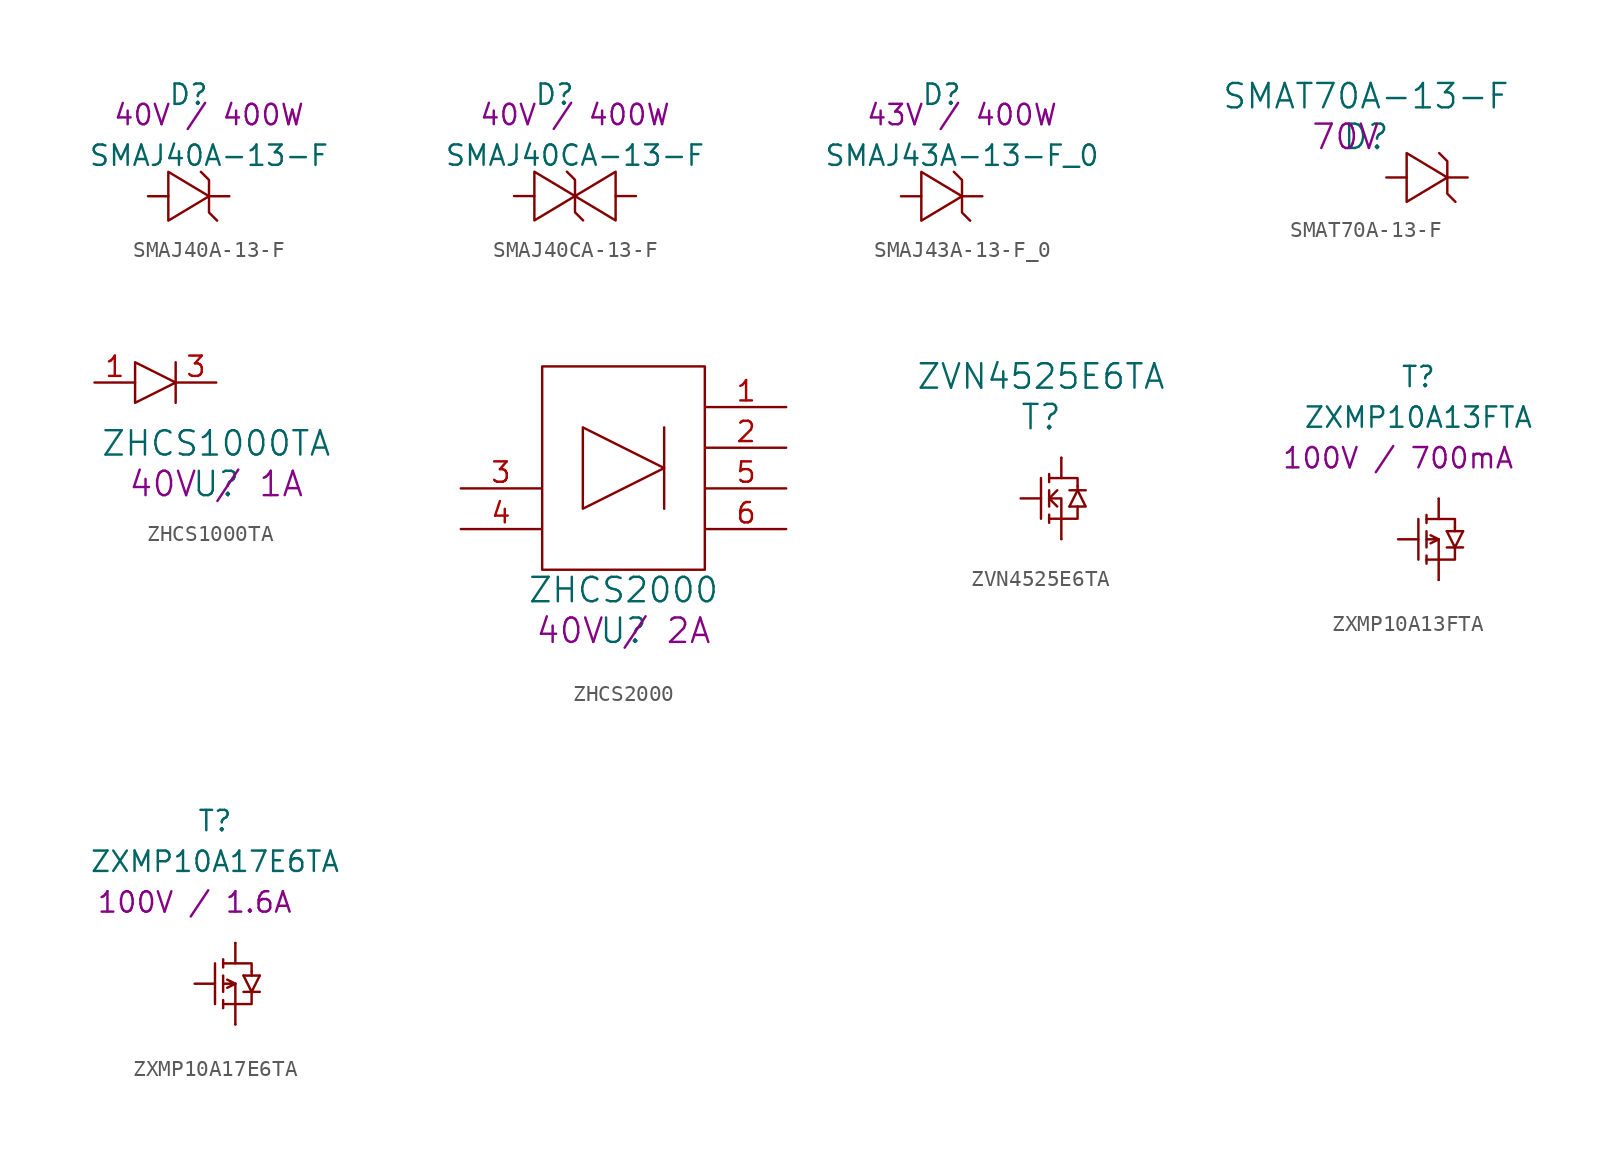
<source format=kicad_sym>
(kicad_symbol_lib
  (version 20220914)
  (generator kicad_symbol_editor)
  (symbol "SMAJ40A-13-F"
    (pin_numbers hide)
    (pin_names
      (offset 1.016) hide)
    (property "Reference" "D"
      (at 2.54 8.89 0)
      (effects (font (size 1.27 1.27))))
    (property "Value" "SMAJ40A-13-F"
      (at 3.81 5.08 0)
      (effects (font (size 1.27 1.27))))
    (property "Rating" "40V / 400W"
      (at 3.81 7.62 0)
      (effects (font (size 1.27 1.27))))
    (symbol "SMAJ40A-13-F_0_1"
      (polyline (pts (xy 3.302 4.064) (xy 3.81 3.556) (xy 3.81 1.524) (xy 4.318 1.016)) (stroke (width 0) (type solid)) (fill (type none)))
      (polyline (pts (xy 1.27 2.54) (xy 1.27 4.064) (xy 3.81 2.54) (xy 1.27 1.016) (xy 1.27 2.54)) (stroke (width 0) (type solid)) (fill (type none))))
    (symbol "SMAJ40A-13-F_1_1"
      (pin passive line (at 0 2.54 0) (length 1.27) (name "A" (effects (font (size 1.27 1.27)))) (number "A" (effects (font (size 1.27 1.27)))))
      (pin passive line (at 5.08 2.54 180) (length 1.27) (name "C" (effects (font (size 1.27 1.27)))) (number "C" (effects (font (size 1.27 1.27)))))))
  (symbol "SMAJ40CA-13-F"
    (pin_numbers hide)
    (pin_names
      (offset 1.016) hide)
    (property "Reference" "D"
      (at 2.54 8.89 0)
      (effects (font (size 1.27 1.27))))
    (property "Value" "SMAJ40CA-13-F"
      (at 3.81 5.08 0)
      (effects (font (size 1.27 1.27))))
    (property "Rating" "40V / 400W"
      (at 3.81 7.62 0)
      (effects (font (size 1.27 1.27))))
    (symbol "SMAJ40CA-13-F_0_1"
      (polyline (pts (xy 3.302 4.064) (xy 3.81 3.556) (xy 3.81 1.524) (xy 4.318 1.016)) (stroke (width 0) (type solid)) (fill (type none)))
      (polyline (pts (xy 1.27 2.54) (xy 1.27 4.064) (xy 3.81 2.54) (xy 1.27 1.016) (xy 1.27 2.54)) (stroke (width 0) (type solid)) (fill (type none)))
      (polyline (pts (xy 6.35 2.54) (xy 6.35 4.064) (xy 3.81 2.54) (xy 6.35 1.016) (xy 6.35 2.54)) (stroke (width 0) (type solid)) (fill (type none))))
    (symbol "SMAJ40CA-13-F_1_1"
      (pin passive line (at 0 2.54 0) (length 1.27) (name "A" (effects (font (size 1.27 1.27)))) (number "A" (effects (font (size 1.27 1.27)))))
      (pin passive line (at 7.62 2.54 180) (length 1.27) (name "C" (effects (font (size 1.27 1.27)))) (number "C" (effects (font (size 1.27 1.27)))))))
  (symbol "SMAJ43A-13-F_0"
    (pin_numbers hide)
    (pin_names
      (offset 1.016) hide)
    (property "Reference" "D"
      (at 2.54 8.89 0)
      (effects (font (size 1.27 1.27))))
    (property "Value" "SMAJ43A-13-F_0"
      (at 3.81 5.08 0)
      (effects (font (size 1.27 1.27))))
    (property "Rating" "43V / 400W"
      (at 3.81 7.62 0)
      (effects (font (size 1.27 1.27))))
    (symbol "SMAJ43A-13-F_0_0_1"
      (polyline (pts (xy 3.302 4.064) (xy 3.81 3.556) (xy 3.81 1.524) (xy 4.318 1.016)) (stroke (width 0) (type solid)) (fill (type none)))
      (polyline (pts (xy 1.27 2.54) (xy 1.27 4.064) (xy 3.81 2.54) (xy 1.27 1.016) (xy 1.27 2.54)) (stroke (width 0) (type solid)) (fill (type none))))
    (symbol "SMAJ43A-13-F_0_1_1"
      (pin passive line (at 0 2.54 0) (length 1.27) (name "A" (effects (font (size 1.27 1.27)))) (number "A" (effects (font (size 1.27 1.27)))))
      (pin passive line (at 5.08 2.54 180) (length 1.27) (name "C" (effects (font (size 1.27 1.27)))) (number "C" (effects (font (size 1.27 1.27)))))))
  (symbol "SMAT70A-13-F"
    (pin_numbers hide)
    (pin_names
      (offset 1.016) hide)
    (property "Reference" "D"
      (at -1.27 5.08 0)
      (effects (font (size 1.524 1.524))))
    (property "Value" "SMAT70A-13-F"
      (at -1.27 7.62 0)
      (effects (font (size 1.524 1.524))))
    (property "Voltage" "70V"
      (at -2.54 5.08 0)
      (effects (font (size 1.524 1.524))))
    (symbol "SMAT70A-13-F_0_1"
      (polyline (pts (xy 3.302 4.064) (xy 3.81 3.556) (xy 3.81 1.524) (xy 4.318 1.016)) (stroke (width 0) (type solid)) (fill (type none)))
      (polyline (pts (xy 1.27 2.54) (xy 1.27 4.064) (xy 3.81 2.54) (xy 1.27 1.016) (xy 1.27 2.54)) (stroke (width 0) (type solid)) (fill (type none))))
    (symbol "SMAT70A-13-F_1_1"
      (pin passive line (at 0 2.54 0) (length 1.27) (name "A" (effects (font (size 1.27 1.27)))) (number "A" (effects (font (size 1.27 1.27)))))
      (pin passive line (at 5.08 2.54 180) (length 1.27) (name "C" (effects (font (size 1.27 1.27)))) (number "C" (effects (font (size 1.27 1.27)))))))
  (symbol "ZHCS1000TA"
    (pin_names
      (offset 1.016) hide)
    (property "Reference" "U"
      (at 5.08 -3.81 0)
      (effects (font (size 1.524 1.524))))
    (property "Value" "ZHCS1000TA"
      (at 5.08 -1.27 0)
      (effects (font (size 1.524 1.524))))
    (property "Rating" "40V / 1A"
      (at 5.08 -3.81 0)
      (effects (font (size 1.524 1.524))))
    (symbol "ZHCS1000TA_0_1"
      (polyline (pts (xy 2.54 3.81) (xy 2.54 1.27)) (stroke (width 0) (type solid)) (fill (type none)))
      (polyline (pts (xy 0 1.27) (xy 0 3.81) (xy 2.54 2.54) (xy 0 1.27)) (stroke (width 0) (type solid)) (fill (type none))))
    (symbol "ZHCS1000TA_1_1"
      (pin passive line (at -2.54 2.54 0) (length 2.54) (name "A" (effects (font (size 1.27 1.27)))) (number "1" (effects (font (size 1.27 1.27)))))
      (pin passive line (at 5.08 2.54 180) (length 2.54) (name "C" (effects (font (size 1.27 1.27)))) (number "3" (effects (font (size 1.27 1.27)))))))
  (symbol "ZHCS2000"
    (pin_names
      (offset 1.016) hide)
    (property "Reference" "U"
      (at 5.08 -3.81 0)
      (effects (font (size 1.524 1.524))))
    (property "Value" "ZHCS2000"
      (at 5.08 -1.27 0)
      (effects (font (size 1.524 1.524))))
    (property "Rating" "40V / 2A"
      (at 5.08 -3.81 0)
      (effects (font (size 1.524 1.524))))
    (symbol "ZHCS2000_0_1"
      (polyline (pts (xy 7.62 8.89) (xy 7.62 3.81)) (stroke (width 0) (type solid)) (fill (type none)))
      (polyline (pts (xy 2.54 8.89) (xy 2.54 3.81) (xy 7.62 6.35) (xy 2.54 8.89)) (stroke (width 0) (type solid)) (fill (type none)))
      (rectangle (start 0 12.7) (end 10.16 0) (stroke (width 0) (type solid)) (fill (type none))))
    (symbol "ZHCS2000_1_1"
      (pin passive line (at 15.24 10.16 180) (length 5.004) (name "C" (effects (font (size 1.27 1.27)))) (number "1" (effects (font (size 1.27 1.27)))))
      (pin passive line (at 15.24 7.62 180) (length 5.004) (name "C" (effects (font (size 1.27 1.27)))) (number "2" (effects (font (size 1.27 1.27)))))
      (pin passive line (at -5.08 5.08 0) (length 5.004) (name "A" (effects (font (size 1.27 1.27)))) (number "3" (effects (font (size 1.27 1.27)))))
      (pin passive line (at -5.08 2.54 0) (length 5.004) (name "A" (effects (font (size 1.27 1.27)))) (number "4" (effects (font (size 1.27 1.27)))))
      (pin passive line (at 15.24 5.08 180) (length 5.004) (name "C" (effects (font (size 1.27 1.27)))) (number "5" (effects (font (size 1.27 1.27)))))
      (pin passive line (at 15.24 2.54 180) (length 5.004) (name "C" (effects (font (size 1.27 1.27)))) (number "6" (effects (font (size 1.27 1.27)))))))
  (symbol "ZVN4525E6TA"
    (pin_numbers hide)
    (pin_names
      (offset 1.016) hide)
    (property "Reference" "T"
      (at -1.27 5.08 0)
      (effects (font (size 1.524 1.524))))
    (property "Value" "ZVN4525E6TA"
      (at -1.27 7.62 0)
      (effects (font (size 1.524 1.524))))
    (symbol "ZVN4525E6TA_0_1"
      (polyline (pts (xy -1.27 1.27) (xy -1.27 -1.27)) (stroke (width 0) (type solid)) (fill (type none)))
      (polyline (pts (xy -0.762 -1.016) (xy -0.762 -1.524)) (stroke (width 0) (type solid)) (fill (type none)))
      (polyline (pts (xy -0.762 0) (xy -0.254 -0.508)) (stroke (width 0) (type solid)) (fill (type none)))
      (polyline (pts (xy -0.762 0) (xy -0.254 0.508)) (stroke (width 0) (type solid)) (fill (type none)))
      (polyline (pts (xy -0.762 0.508) (xy -0.762 -0.508)) (stroke (width 0) (type solid)) (fill (type none)))
      (polyline (pts (xy -0.762 1.524) (xy -0.762 1.016)) (stroke (width 0) (type solid)) (fill (type none)))
      (polyline (pts (xy 0 -1.27) (xy 0 -2.54)) (stroke (width 0) (type solid)) (fill (type none)))
      (polyline (pts (xy 0 1.27) (xy 0 2.54)) (stroke (width 0) (type solid)) (fill (type none)))
      (polyline (pts (xy 0.508 -0.508) (xy 1.016 0.508)) (stroke (width 0) (type solid)) (fill (type none)))
      (polyline (pts (xy 0.508 0.508) (xy 1.524 0.508)) (stroke (width 0) (type solid)) (fill (type none)))
      (polyline (pts (xy 1.016 0.508) (xy 1.016 0.762)) (stroke (width 0) (type solid)) (fill (type none)))
      (polyline (pts (xy -0.762 -1.27) (xy 1.016 -1.27) (xy 1.016 -0.508)) (stroke (width 0) (type solid)) (fill (type none)))
      (polyline (pts (xy -0.762 0) (xy 0 0) (xy 0 -1.27)) (stroke (width 0) (type solid)) (fill (type none)))
      (polyline (pts (xy -0.762 1.27) (xy 1.016 1.27) (xy 1.016 0.762)) (stroke (width 0) (type solid)) (fill (type none)))
      (polyline (pts (xy 0.508 -0.508) (xy 1.524 -0.508) (xy 1.016 0.508)) (stroke (width 0) (type solid)) (fill (type none))))
    (symbol "ZVN4525E6TA_1_1"
      (pin input line (at 0 2.54 0) (length 0) (name "D" (effects (font (size 1.27 1.27)))) (number "D" (effects (font (size 1.27 1.27)))))
      (pin input line (at -2.54 0 0) (length 1.27) (name "G" (effects (font (size 1.27 1.27)))) (number "G" (effects (font (size 1.27 1.27)))))
      (pin passive line (at 0 -2.54 0) (length 0) (name "S" (effects (font (size 1.27 1.27)))) (number "S" (effects (font (size 1.27 1.27)))))))
  (symbol "ZXMP10A13FTA"
    (pin_numbers hide)
    (pin_names
      (offset 1.016) hide)
    (property "Reference" "T"
      (at -1.27 10.16 0)
      (effects (font (size 1.27 1.27))))
    (property "Value" "ZXMP10A13FTA"
      (at -1.27 7.62 0)
      (effects (font (size 1.27 1.27))))
    (property "Rating" "100V / 700mA"
      (at -2.54 5.08 0)
      (effects (font (size 1.27 1.27))))
    (symbol "ZXMP10A13FTA_0_1"
      (polyline (pts (xy -1.27 1.27) (xy -1.27 -1.27)) (stroke (width 0) (type solid)) (fill (type none)))
      (polyline (pts (xy -0.762 -1.016) (xy -0.762 -1.524)) (stroke (width 0) (type solid)) (fill (type none)))
      (polyline (pts (xy -0.762 0.508) (xy -0.762 -0.508)) (stroke (width 0) (type solid)) (fill (type none)))
      (polyline (pts (xy -0.762 1.524) (xy -0.762 1.016)) (stroke (width 0) (type solid)) (fill (type none)))
      (polyline (pts (xy -0.508 -0.254) (xy 0 0)) (stroke (width 0) (type solid)) (fill (type none)))
      (polyline (pts (xy 0 -1.27) (xy 0 -2.54)) (stroke (width 0) (type solid)) (fill (type none)))
      (polyline (pts (xy 0 0) (xy 0 -1.27)) (stroke (width 0) (type solid)) (fill (type none)))
      (polyline (pts (xy 0 1.27) (xy 0 2.54)) (stroke (width 0) (type solid)) (fill (type none)))
      (polyline (pts (xy 0.508 -0.508) (xy 1.524 -0.508)) (stroke (width 0) (type solid)) (fill (type none)))
      (polyline (pts (xy 0.508 0.508) (xy 1.016 -0.508)) (stroke (width 0) (type solid)) (fill (type none)))
      (polyline (pts (xy 0.508 0.508) (xy 1.524 0.508)) (stroke (width 0) (type solid)) (fill (type none)))
      (polyline (pts (xy 1.016 0.508) (xy 1.016 0.762)) (stroke (width 0) (type solid)) (fill (type none)))
      (polyline (pts (xy 1.524 0.508) (xy 1.016 -0.508)) (stroke (width 0) (type solid)) (fill (type none)))
      (polyline (pts (xy -0.762 -1.27) (xy 1.016 -1.27) (xy 1.016 -0.508)) (stroke (width 0) (type solid)) (fill (type none)))
      (polyline (pts (xy -0.762 0) (xy 0 0) (xy -0.508 0.254)) (stroke (width 0) (type solid)) (fill (type none)))
      (polyline (pts (xy -0.762 1.27) (xy 1.016 1.27) (xy 1.016 0.762)) (stroke (width 0) (type solid)) (fill (type none))))
    (symbol "ZXMP10A13FTA_1_1"
      (pin input line (at -2.54 0 0) (length 1.27) (name "G" (effects (font (size 1.27 1.27)))) (number "1" (effects (font (size 1.27 1.27)))))
      (pin passive line (at 0 -2.54 0) (length 0) (name "S" (effects (font (size 1.27 1.27)))) (number "2" (effects (font (size 1.27 1.27)))))
      (pin passive line (at 0 2.54 0) (length 0) (name "D" (effects (font (size 1.27 1.27)))) (number "3" (effects (font (size 1.27 1.27)))))))
  (symbol "ZXMP10A17E6TA"
    (pin_numbers hide)
    (pin_names
      (offset 1.016) hide)
    (property "Reference" "T"
      (at -1.27 10.16 0)
      (effects (font (size 1.27 1.27))))
    (property "Value" "ZXMP10A17E6TA"
      (at -1.27 7.62 0)
      (effects (font (size 1.27 1.27))))
    (property "Rating" "100V / 1.6A"
      (at -2.54 5.08 0)
      (effects (font (size 1.27 1.27))))
    (symbol "ZXMP10A17E6TA_0_1"
      (polyline (pts (xy -1.27 1.27) (xy -1.27 -1.27)) (stroke (width 0) (type solid)) (fill (type none)))
      (polyline (pts (xy -0.762 -1.016) (xy -0.762 -1.524)) (stroke (width 0) (type solid)) (fill (type none)))
      (polyline (pts (xy -0.762 0.508) (xy -0.762 -0.508)) (stroke (width 0) (type solid)) (fill (type none)))
      (polyline (pts (xy -0.762 1.524) (xy -0.762 1.016)) (stroke (width 0) (type solid)) (fill (type none)))
      (polyline (pts (xy -0.508 -0.254) (xy 0 0)) (stroke (width 0) (type solid)) (fill (type none)))
      (polyline (pts (xy 0 -1.27) (xy 0 -2.54)) (stroke (width 0) (type solid)) (fill (type none)))
      (polyline (pts (xy 0 0) (xy 0 -1.27)) (stroke (width 0) (type solid)) (fill (type none)))
      (polyline (pts (xy 0 1.27) (xy 0 2.54)) (stroke (width 0) (type solid)) (fill (type none)))
      (polyline (pts (xy 0.508 -0.508) (xy 1.524 -0.508)) (stroke (width 0) (type solid)) (fill (type none)))
      (polyline (pts (xy 0.508 0.508) (xy 1.016 -0.508)) (stroke (width 0) (type solid)) (fill (type none)))
      (polyline (pts (xy 0.508 0.508) (xy 1.524 0.508)) (stroke (width 0) (type solid)) (fill (type none)))
      (polyline (pts (xy 1.016 0.508) (xy 1.016 0.762)) (stroke (width 0) (type solid)) (fill (type none)))
      (polyline (pts (xy 1.524 0.508) (xy 1.016 -0.508)) (stroke (width 0) (type solid)) (fill (type none)))
      (polyline (pts (xy -0.762 -1.27) (xy 1.016 -1.27) (xy 1.016 -0.508)) (stroke (width 0) (type solid)) (fill (type none)))
      (polyline (pts (xy -0.762 0) (xy 0 0) (xy -0.508 0.254)) (stroke (width 0) (type solid)) (fill (type none)))
      (polyline (pts (xy -0.762 1.27) (xy 1.016 1.27) (xy 1.016 0.762)) (stroke (width 0) (type solid)) (fill (type none))))
    (symbol "ZXMP10A17E6TA_1_1"
      (pin passive line (at 0 2.54 0) (length 0) (name "D" (effects (font (size 1.27 1.27)))) (number "1" (effects (font (size 1.27 1.27)))))
      (pin input line (at -2.54 0 0) (length 1.27) (name "G" (effects (font (size 1.27 1.27)))) (number "3" (effects (font (size 1.27 1.27)))))
      (pin passive line (at 0 -2.54 0) (length 0) (name "S" (effects (font (size 1.27 1.27)))) (number "4" (effects (font (size 1.27 1.27))))))))
</source>
